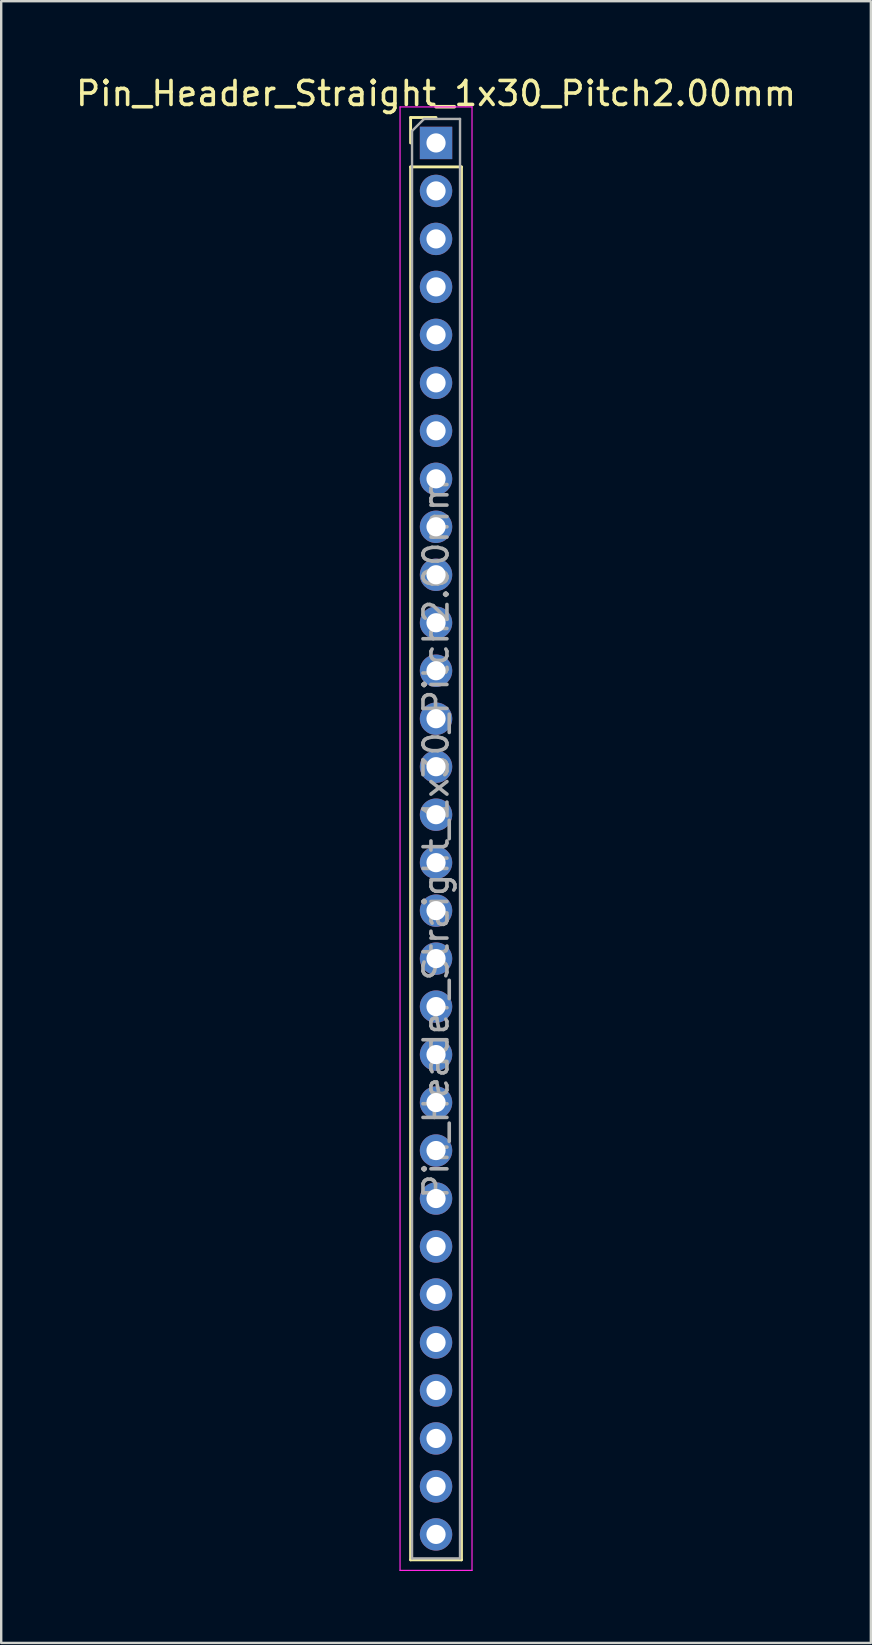
<source format=kicad_pcb>
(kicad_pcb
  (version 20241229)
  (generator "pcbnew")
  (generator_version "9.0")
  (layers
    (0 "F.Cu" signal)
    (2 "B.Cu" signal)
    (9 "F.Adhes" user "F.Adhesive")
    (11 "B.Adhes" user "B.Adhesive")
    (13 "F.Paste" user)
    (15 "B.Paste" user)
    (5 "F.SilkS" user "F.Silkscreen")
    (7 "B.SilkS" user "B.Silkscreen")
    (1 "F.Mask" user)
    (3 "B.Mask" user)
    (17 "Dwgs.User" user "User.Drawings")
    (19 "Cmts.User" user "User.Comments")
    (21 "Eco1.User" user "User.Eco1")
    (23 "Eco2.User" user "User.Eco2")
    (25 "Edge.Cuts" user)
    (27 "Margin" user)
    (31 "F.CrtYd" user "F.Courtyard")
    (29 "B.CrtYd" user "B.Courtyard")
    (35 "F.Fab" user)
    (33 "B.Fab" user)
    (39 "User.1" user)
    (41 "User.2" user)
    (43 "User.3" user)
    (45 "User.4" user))
  (footprint "Pin_Header_Straight_1x30_Pitch2.00mm"
    (layer "F.Cu")
    (at 15.125 2.908)
    (property "Reference" "Pin_Header_Straight_1x30_Pitch2.00mm" (at 0 -2.06 0) (layer "F.SilkS") (effects (font (size 1 1) (thickness 0.15))))
    (attr through_hole)
    (fp_line (start -1.06 -1.06) (end 0 -1.06) (stroke (width 0.12) (type solid)) (layer "F.SilkS"))
    (fp_line (start -1.06 0) (end -1.06 -1.06) (stroke (width 0.12) (type solid)) (layer "F.SilkS"))
    (fp_line (start -1.06 1) (end -1.06 59.06) (stroke (width 0.12) (type solid)) (layer "F.SilkS"))
    (fp_line (start -1.06 59.06) (end 1.06 59.06) (stroke (width 0.12) (type solid)) (layer "F.SilkS"))
    (fp_line (start 1.06 1) (end -1.06 1) (stroke (width 0.12) (type solid)) (layer "F.SilkS"))
    (fp_line (start 1.06 59.06) (end 1.06 1) (stroke (width 0.12) (type solid)) (layer "F.SilkS"))
    (fp_line (start -1.5 -1.5) (end -1.5 59.5) (stroke (width 0.05) (type solid)) (layer "F.CrtYd"))
    (fp_line (start -1.5 59.5) (end 1.5 59.5) (stroke (width 0.05) (type solid)) (layer "F.CrtYd"))
    (fp_line (start 1.5 -1.5) (end -1.5 -1.5) (stroke (width 0.05) (type solid)) (layer "F.CrtYd"))
    (fp_line (start 1.5 59.5) (end 1.5 -1.5) (stroke (width 0.05) (type solid)) (layer "F.CrtYd"))
    (fp_line (start -1 -0.5) (end -0.5 -1) (stroke (width 0.1) (type solid)) (layer "F.Fab"))
    (fp_line (start -1 59) (end -1 -0.5) (stroke (width 0.1) (type solid)) (layer "F.Fab"))
    (fp_line (start -0.5 -1) (end 1 -1) (stroke (width 0.1) (type solid)) (layer "F.Fab"))
    (fp_line (start 1 -1) (end 1 59) (stroke (width 0.1) (type solid)) (layer "F.Fab"))
    (fp_line (start 1 59) (end -1 59) (stroke (width 0.1) (type solid)) (layer "F.Fab"))
    (fp_text user "${REFERENCE}" (at 0 29 90) (layer "F.Fab") (effects (font (size 1 1) (thickness 0.15))))
    (pad "1" thru_hole rect (at 0 0) (size 1.35 1.35) (drill 0.8) (layers "*.Cu" "*.Mask"))
    (pad "2" thru_hole oval (at 0 2) (size 1.35 1.35) (drill 0.8) (layers "*.Cu" "*.Mask"))
    (pad "3" thru_hole oval (at 0 4) (size 1.35 1.35) (drill 0.8) (layers "*.Cu" "*.Mask"))
    (pad "4" thru_hole oval (at 0 6) (size 1.35 1.35) (drill 0.8) (layers "*.Cu" "*.Mask"))
    (pad "5" thru_hole oval (at 0 8) (size 1.35 1.35) (drill 0.8) (layers "*.Cu" "*.Mask"))
    (pad "6" thru_hole oval (at 0 10) (size 1.35 1.35) (drill 0.8) (layers "*.Cu" "*.Mask"))
    (pad "7" thru_hole oval (at 0 12) (size 1.35 1.35) (drill 0.8) (layers "*.Cu" "*.Mask"))
    (pad "8" thru_hole oval (at 0 14) (size 1.35 1.35) (drill 0.8) (layers "*.Cu" "*.Mask"))
    (pad "9" thru_hole oval (at 0 16) (size 1.35 1.35) (drill 0.8) (layers "*.Cu" "*.Mask"))
    (pad "10" thru_hole oval (at 0 18) (size 1.35 1.35) (drill 0.8) (layers "*.Cu" "*.Mask"))
    (pad "11" thru_hole oval (at 0 20) (size 1.35 1.35) (drill 0.8) (layers "*.Cu" "*.Mask"))
    (pad "12" thru_hole oval (at 0 22) (size 1.35 1.35) (drill 0.8) (layers "*.Cu" "*.Mask"))
    (pad "13" thru_hole oval (at 0 24) (size 1.35 1.35) (drill 0.8) (layers "*.Cu" "*.Mask"))
    (pad "14" thru_hole oval (at 0 26) (size 1.35 1.35) (drill 0.8) (layers "*.Cu" "*.Mask"))
    (pad "15" thru_hole oval (at 0 28) (size 1.35 1.35) (drill 0.8) (layers "*.Cu" "*.Mask"))
    (pad "16" thru_hole oval (at 0 30) (size 1.35 1.35) (drill 0.8) (layers "*.Cu" "*.Mask"))
    (pad "17" thru_hole oval (at 0 32) (size 1.35 1.35) (drill 0.8) (layers "*.Cu" "*.Mask"))
    (pad "18" thru_hole oval (at 0 34) (size 1.35 1.35) (drill 0.8) (layers "*.Cu" "*.Mask"))
    (pad "19" thru_hole oval (at 0 36) (size 1.35 1.35) (drill 0.8) (layers "*.Cu" "*.Mask"))
    (pad "20" thru_hole oval (at 0 38) (size 1.35 1.35) (drill 0.8) (layers "*.Cu" "*.Mask"))
    (pad "21" thru_hole oval (at 0 40) (size 1.35 1.35) (drill 0.8) (layers "*.Cu" "*.Mask"))
    (pad "22" thru_hole oval (at 0 42) (size 1.35 1.35) (drill 0.8) (layers "*.Cu" "*.Mask"))
    (pad "23" thru_hole oval (at 0 44) (size 1.35 1.35) (drill 0.8) (layers "*.Cu" "*.Mask"))
    (pad "24" thru_hole oval (at 0 46) (size 1.35 1.35) (drill 0.8) (layers "*.Cu" "*.Mask"))
    (pad "25" thru_hole oval (at 0 48) (size 1.35 1.35) (drill 0.8) (layers "*.Cu" "*.Mask"))
    (pad "26" thru_hole oval (at 0 50) (size 1.35 1.35) (drill 0.8) (layers "*.Cu" "*.Mask"))
    (pad "27" thru_hole oval (at 0 52) (size 1.35 1.35) (drill 0.8) (layers "*.Cu" "*.Mask"))
    (pad "28" thru_hole oval (at 0 54) (size 1.35 1.35) (drill 0.8) (layers "*.Cu" "*.Mask"))
    (pad "29" thru_hole oval (at 0 56) (size 1.35 1.35) (drill 0.8) (layers "*.Cu" "*.Mask"))
    (pad "30" thru_hole oval (at 0 58) (size 1.35 1.35) (drill 0.8) (layers "*.Cu" "*.Mask")))
  (gr_rect
    (start -3 -3)
    (end 33.25 65.433)
    (stroke (width 0.1) (type default))
    (fill no)
    (layer "Edge.Cuts")))
</source>
